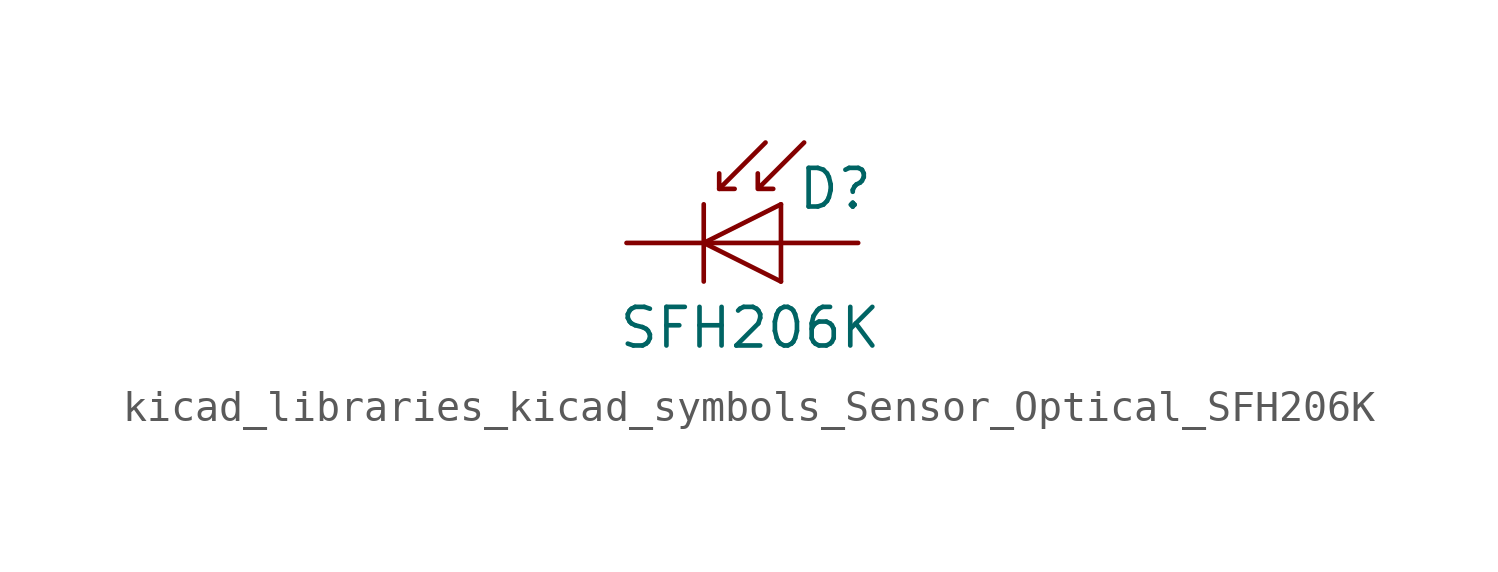
<source format=kicad_sym>
(kicad_symbol_lib
  (version 20220914)
  (generator kicad_symbol_editor)
  (symbol "kicad_libraries_kicad_symbols_Sensor_Optical_SFH206K"
    (pin_numbers hide)
    (pin_names hide)
    (property "Reference" "D"
      (at 0.508 1.778 0)
      (effects (font (size 1.27 1.27)) (justify left)))
    (property "Value" "SFH206K"
      (at -1.016 -2.794 0)
      (effects (font (size 1.27 1.27))))
    (symbol "kicad_libraries_kicad_symbols_Sensor_Optical_SFH206K_0_1"
      (polyline (pts (xy -2.54 1.27) (xy -2.54 -1.27)) (stroke (width 0.152) (type default)) (fill (type none)))
      (polyline (pts (xy -2.032 1.778) (xy -1.524 1.778)) (stroke (width 0) (type default)) (fill (type none)))
      (polyline (pts (xy 0 -1.27) (xy 0 1.27)) (stroke (width 0) (type default)) (fill (type none)))
      (polyline (pts (xy 0 0) (xy -2.54 0)) (stroke (width 0) (type default)) (fill (type none)))
      (polyline (pts (xy -0.508 3.302) (xy -2.032 1.778) (xy -2.032 2.286)) (stroke (width 0) (type default)) (fill (type none)))
      (polyline (pts (xy 0 1.27) (xy -2.54 0) (xy 0 -1.27)) (stroke (width 0) (type default)) (fill (type none)))
      (polyline (pts (xy 0.762 3.302) (xy -0.762 1.778) (xy -0.762 2.286) (xy -0.762 1.778) (xy -0.254 1.778)) (stroke (width 0) (type default)) (fill (type none))))
    (symbol "kicad_libraries_kicad_symbols_Sensor_Optical_SFH206K_1_1"
      (pin passive line (at -5.08 0 0) (length 2.54) (name "K" (effects (font (size 1.27 1.27)))) (number "1" (effects (font (size 1.27 1.27)))))
      (pin passive line (at 2.54 0 180) (length 2.54) (name "A" (effects (font (size 1.27 1.27)))) (number "2" (effects (font (size 1.27 1.27))))))))
</source>
